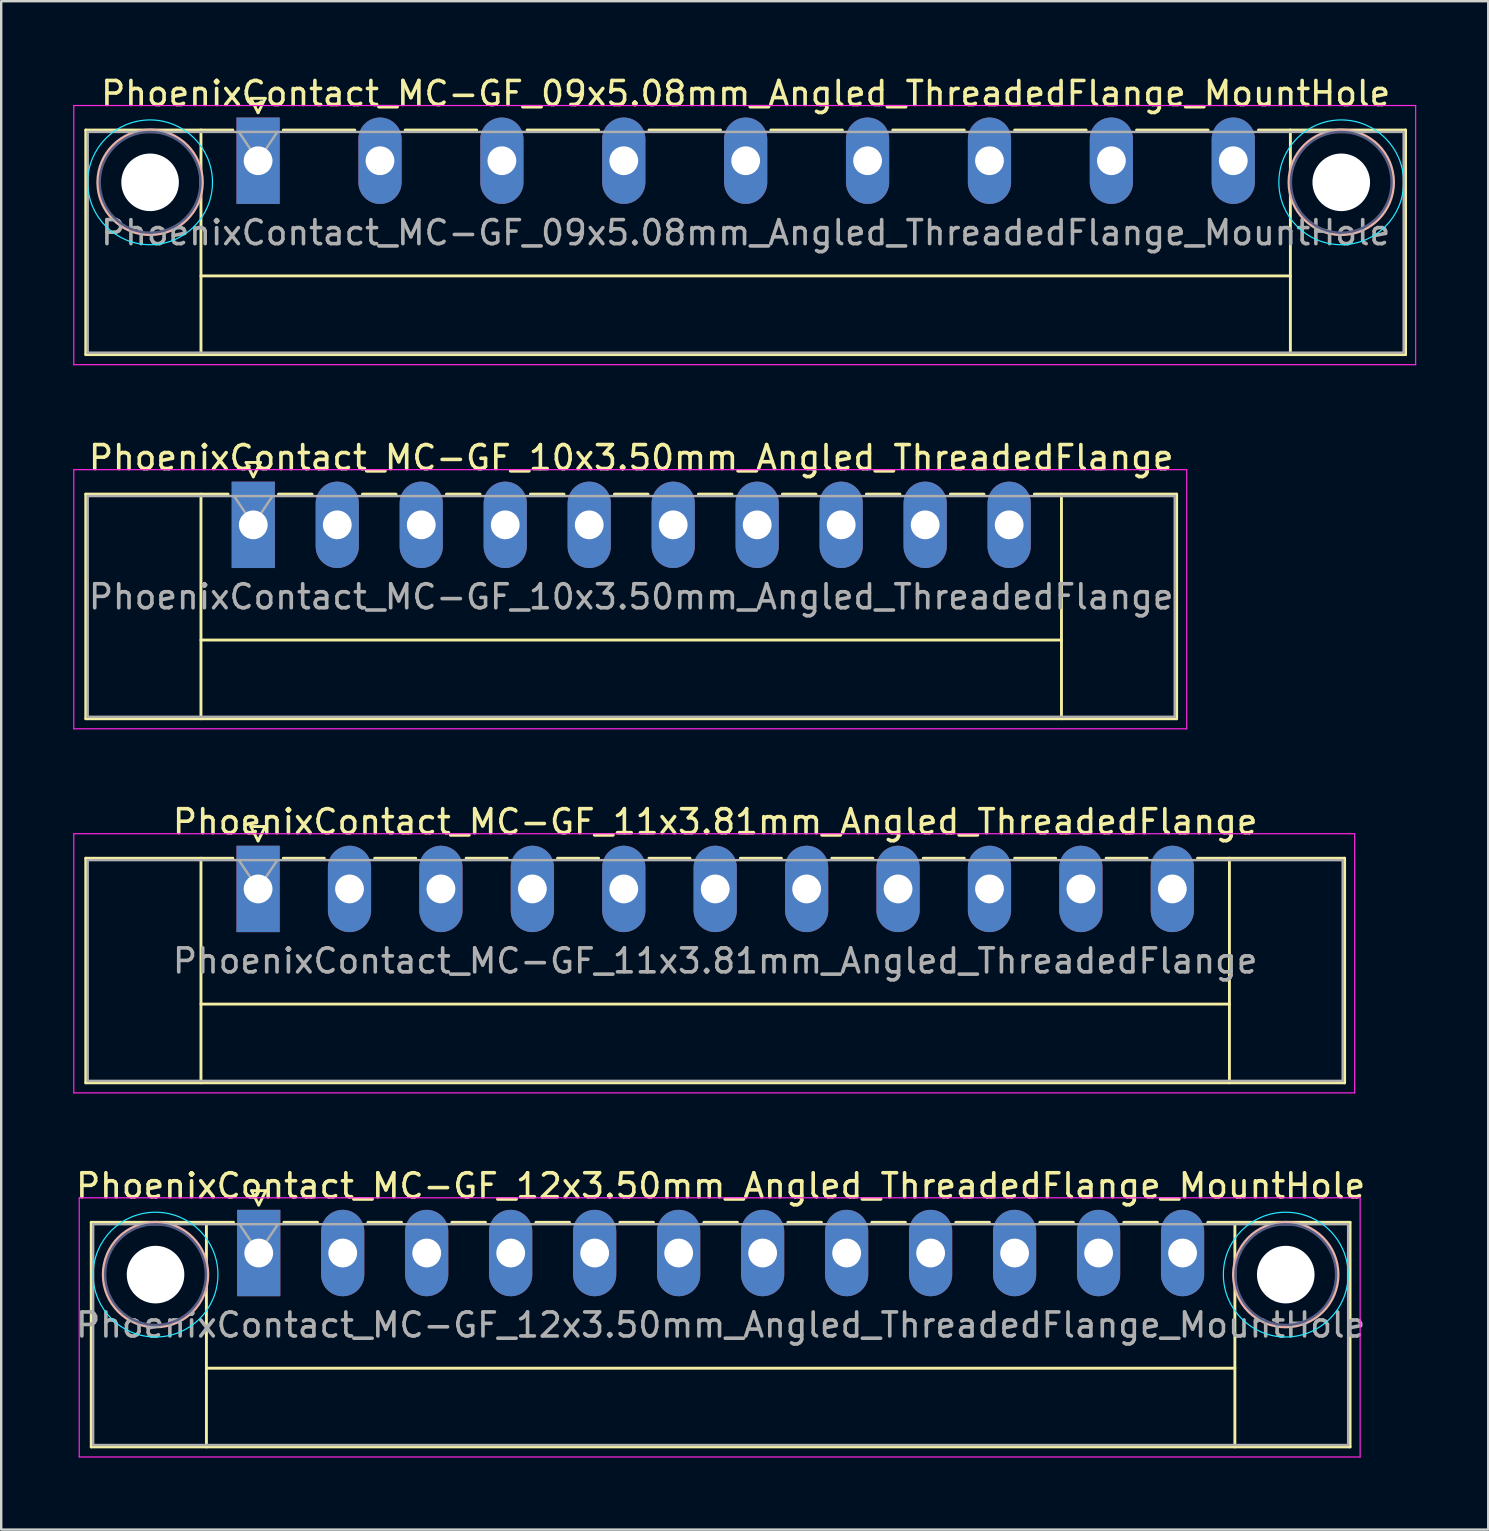
<source format=kicad_pcb>
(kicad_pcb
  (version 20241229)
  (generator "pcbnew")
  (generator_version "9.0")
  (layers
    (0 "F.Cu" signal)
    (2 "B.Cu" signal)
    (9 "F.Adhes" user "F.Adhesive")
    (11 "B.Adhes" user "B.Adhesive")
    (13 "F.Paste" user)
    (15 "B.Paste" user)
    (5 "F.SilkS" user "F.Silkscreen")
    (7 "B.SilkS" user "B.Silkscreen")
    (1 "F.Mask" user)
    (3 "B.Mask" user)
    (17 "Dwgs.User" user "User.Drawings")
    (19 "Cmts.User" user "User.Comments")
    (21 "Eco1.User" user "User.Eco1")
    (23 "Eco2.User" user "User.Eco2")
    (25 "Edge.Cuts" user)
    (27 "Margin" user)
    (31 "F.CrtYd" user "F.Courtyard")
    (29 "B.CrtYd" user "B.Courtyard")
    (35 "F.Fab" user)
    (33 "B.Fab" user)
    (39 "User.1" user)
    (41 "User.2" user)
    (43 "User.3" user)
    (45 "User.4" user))
  (footprint "PhoenixContact_MC-GF_12x3.50mm_Angled_ThreadedFlange_MountHole"
    (layer "F.Cu")
    (at 7.732 49.168)
    (property "Reference" "PhoenixContact_MC-GF_12x3.50mm_Angled_ThreadedFlange_MountHole" (at 19.25 -2.8 0) (layer "F.SilkS") (effects (font (size 1 1) (thickness 0.15))))
    (attr through_hole)
    (fp_line (start -6.98 -1.28) (end -6.98 8.08) (stroke (width 0.12) (type solid)) (layer "F.SilkS"))
    (fp_line (start -6.98 -1.28) (end -1.05 -1.28) (stroke (width 0.12) (type solid)) (layer "F.SilkS"))
    (fp_line (start -6.98 8.08) (end 45.48 8.08) (stroke (width 0.12) (type solid)) (layer "F.SilkS"))
    (fp_line (start -2.18 -1.28) (end -2.18 8.08) (stroke (width 0.12) (type solid)) (layer "F.SilkS"))
    (fp_line (start -2.18 4.8) (end 40.68 4.8) (stroke (width 0.12) (type solid)) (layer "F.SilkS"))
    (fp_line (start -0.3 -2.6) (end 0.3 -2.6) (stroke (width 0.12) (type solid)) (layer "F.SilkS"))
    (fp_line (start 0 -2) (end -0.3 -2.6) (stroke (width 0.12) (type solid)) (layer "F.SilkS"))
    (fp_line (start 0.3 -2.6) (end 0 -2) (stroke (width 0.12) (type solid)) (layer "F.SilkS"))
    (fp_line (start 1.05 -1.28) (end 2.45 -1.28) (stroke (width 0.12) (type solid)) (layer "F.SilkS"))
    (fp_line (start 4.55 -1.28) (end 5.95 -1.28) (stroke (width 0.12) (type solid)) (layer "F.SilkS"))
    (fp_line (start 8.05 -1.28) (end 9.45 -1.28) (stroke (width 0.12) (type solid)) (layer "F.SilkS"))
    (fp_line (start 11.55 -1.28) (end 12.95 -1.28) (stroke (width 0.12) (type solid)) (layer "F.SilkS"))
    (fp_line (start 15.05 -1.28) (end 16.45 -1.28) (stroke (width 0.12) (type solid)) (layer "F.SilkS"))
    (fp_line (start 18.55 -1.28) (end 19.95 -1.28) (stroke (width 0.12) (type solid)) (layer "F.SilkS"))
    (fp_line (start 22.05 -1.28) (end 23.45 -1.28) (stroke (width 0.12) (type solid)) (layer "F.SilkS"))
    (fp_line (start 25.55 -1.28) (end 26.95 -1.28) (stroke (width 0.12) (type solid)) (layer "F.SilkS"))
    (fp_line (start 29.05 -1.28) (end 30.45 -1.28) (stroke (width 0.12) (type solid)) (layer "F.SilkS"))
    (fp_line (start 32.55 -1.28) (end 33.95 -1.28) (stroke (width 0.12) (type solid)) (layer "F.SilkS"))
    (fp_line (start 36.05 -1.28) (end 37.45 -1.28) (stroke (width 0.12) (type solid)) (layer "F.SilkS"))
    (fp_line (start 40.68 -1.28) (end 40.68 8.08) (stroke (width 0.12) (type solid)) (layer "F.SilkS"))
    (fp_line (start 45.48 -1.28) (end 39.55 -1.28) (stroke (width 0.12) (type solid)) (layer "F.SilkS"))
    (fp_line (start 45.48 8.08) (end 45.48 -1.28) (stroke (width 0.12) (type solid)) (layer "F.SilkS"))
    (fp_circle (center -4.3 0.9) (end -2.12 0.9) (stroke (width 0.12) (type solid)) (fill no) (layer "B.SilkS"))
    (fp_circle (center 42.8 0.9) (end 44.98 0.9) (stroke (width 0.12) (type solid)) (fill no) (layer "B.SilkS"))
    (fp_circle (center -4.3 0.9) (end -1.7 0.9) (stroke (width 0.05) (type solid)) (fill no) (layer "B.CrtYd"))
    (fp_circle (center 42.8 0.9) (end 45.4 0.9) (stroke (width 0.05) (type solid)) (fill no) (layer "B.CrtYd"))
    (fp_line (start -7.48 -2.3) (end -7.48 8.5) (stroke (width 0.05) (type solid)) (layer "F.CrtYd"))
    (fp_line (start -7.48 8.5) (end 45.9 8.5) (stroke (width 0.05) (type solid)) (layer "F.CrtYd"))
    (fp_line (start 45.9 -2.3) (end -7.48 -2.3) (stroke (width 0.05) (type solid)) (layer "F.CrtYd"))
    (fp_line (start 45.9 8.5) (end 45.9 -2.3) (stroke (width 0.05) (type solid)) (layer "F.CrtYd"))
    (fp_circle (center -4.3 0.9) (end -2.2 0.9) (stroke (width 0.1) (type solid)) (fill no) (layer "B.Fab"))
    (fp_circle (center 42.8 0.9) (end 44.9 0.9) (stroke (width 0.1) (type solid)) (fill no) (layer "B.Fab"))
    (fp_line (start -6.9 -1.2) (end -6.9 8) (stroke (width 0.1) (type solid)) (layer "F.Fab"))
    (fp_line (start -6.9 8) (end 45.4 8) (stroke (width 0.1) (type solid)) (layer "F.Fab"))
    (fp_line (start 0 0) (end -0.8 -1.2) (stroke (width 0.1) (type solid)) (layer "F.Fab"))
    (fp_line (start 0.8 -1.2) (end 0 0) (stroke (width 0.1) (type solid)) (layer "F.Fab"))
    (fp_line (start 45.4 -1.2) (end -6.9 -1.2) (stroke (width 0.1) (type solid)) (layer "F.Fab"))
    (fp_line (start 45.4 8) (end 45.4 -1.2) (stroke (width 0.1) (type solid)) (layer "F.Fab"))
    (fp_text user "${REFERENCE}" (at 19.25 3 0) (layer "F.Fab") (effects (font (size 1 1) (thickness 0.15))))
    (pad "" np_thru_hole circle (at -4.3 0.9) (size 2.4 2.4) (drill 2.4) (layers "*.Cu" "*.Mask"))
    (pad "" np_thru_hole circle (at 42.8 0.9) (size 2.4 2.4) (drill 2.4) (layers "*.Cu" "*.Mask"))
    (pad "1" thru_hole rect (at 0 0) (size 1.8 3.6) (drill 1.2) (layers "*.Cu" "*.Mask"))
    (pad "2" thru_hole oval (at 3.5 0) (size 1.8 3.6) (drill 1.2) (layers "*.Cu" "*.Mask"))
    (pad "3" thru_hole oval (at 7 0) (size 1.8 3.6) (drill 1.2) (layers "*.Cu" "*.Mask"))
    (pad "4" thru_hole oval (at 10.5 0) (size 1.8 3.6) (drill 1.2) (layers "*.Cu" "*.Mask"))
    (pad "5" thru_hole oval (at 14 0) (size 1.8 3.6) (drill 1.2) (layers "*.Cu" "*.Mask"))
    (pad "6" thru_hole oval (at 17.5 0) (size 1.8 3.6) (drill 1.2) (layers "*.Cu" "*.Mask"))
    (pad "7" thru_hole oval (at 21 0) (size 1.8 3.6) (drill 1.2) (layers "*.Cu" "*.Mask"))
    (pad "8" thru_hole oval (at 24.5 0) (size 1.8 3.6) (drill 1.2) (layers "*.Cu" "*.Mask"))
    (pad "9" thru_hole oval (at 28 0) (size 1.8 3.6) (drill 1.2) (layers "*.Cu" "*.Mask"))
    (pad "10" thru_hole oval (at 31.5 0) (size 1.8 3.6) (drill 1.2) (layers "*.Cu" "*.Mask"))
    (pad "11" thru_hole oval (at 35 0) (size 1.8 3.6) (drill 1.2) (layers "*.Cu" "*.Mask"))
    (pad "12" thru_hole oval (at 38.5 0) (size 1.8 3.6) (drill 1.2) (layers "*.Cu" "*.Mask")))
  (footprint "PhoenixContact_MC-GF_11x3.81mm_Angled_ThreadedFlange"
    (layer "F.Cu")
    (at 7.705 33.995)
    (property "Reference" "PhoenixContact_MC-GF_11x3.81mm_Angled_ThreadedFlange" (at 19.05 -2.8 0) (layer "F.SilkS") (effects (font (size 1 1) (thickness 0.15))))
    (attr through_hole)
    (fp_line (start -7.18 -1.28) (end -7.18 8.08) (stroke (width 0.12) (type solid)) (layer "F.SilkS"))
    (fp_line (start -7.18 -1.28) (end -1.05 -1.28) (stroke (width 0.12) (type solid)) (layer "F.SilkS"))
    (fp_line (start -7.18 8.08) (end 45.28 8.08) (stroke (width 0.12) (type solid)) (layer "F.SilkS"))
    (fp_line (start -2.38 -1.28) (end -2.38 8.08) (stroke (width 0.12) (type solid)) (layer "F.SilkS"))
    (fp_line (start -2.38 4.8) (end 40.48 4.8) (stroke (width 0.12) (type solid)) (layer "F.SilkS"))
    (fp_line (start -0.3 -2.6) (end 0.3 -2.6) (stroke (width 0.12) (type solid)) (layer "F.SilkS"))
    (fp_line (start 0 -2) (end -0.3 -2.6) (stroke (width 0.12) (type solid)) (layer "F.SilkS"))
    (fp_line (start 0.3 -2.6) (end 0 -2) (stroke (width 0.12) (type solid)) (layer "F.SilkS"))
    (fp_line (start 1.05 -1.28) (end 2.76 -1.28) (stroke (width 0.12) (type solid)) (layer "F.SilkS"))
    (fp_line (start 4.86 -1.28) (end 6.57 -1.28) (stroke (width 0.12) (type solid)) (layer "F.SilkS"))
    (fp_line (start 8.67 -1.28) (end 10.38 -1.28) (stroke (width 0.12) (type solid)) (layer "F.SilkS"))
    (fp_line (start 12.48 -1.28) (end 14.19 -1.28) (stroke (width 0.12) (type solid)) (layer "F.SilkS"))
    (fp_line (start 16.29 -1.28) (end 18 -1.28) (stroke (width 0.12) (type solid)) (layer "F.SilkS"))
    (fp_line (start 20.1 -1.28) (end 21.81 -1.28) (stroke (width 0.12) (type solid)) (layer "F.SilkS"))
    (fp_line (start 23.91 -1.28) (end 25.62 -1.28) (stroke (width 0.12) (type solid)) (layer "F.SilkS"))
    (fp_line (start 27.72 -1.28) (end 29.43 -1.28) (stroke (width 0.12) (type solid)) (layer "F.SilkS"))
    (fp_line (start 31.53 -1.28) (end 33.24 -1.28) (stroke (width 0.12) (type solid)) (layer "F.SilkS"))
    (fp_line (start 35.34 -1.28) (end 37.05 -1.28) (stroke (width 0.12) (type solid)) (layer "F.SilkS"))
    (fp_line (start 40.48 -1.28) (end 40.48 8.08) (stroke (width 0.12) (type solid)) (layer "F.SilkS"))
    (fp_line (start 45.28 -1.28) (end 39.15 -1.28) (stroke (width 0.12) (type solid)) (layer "F.SilkS"))
    (fp_line (start 45.28 8.08) (end 45.28 -1.28) (stroke (width 0.12) (type solid)) (layer "F.SilkS"))
    (fp_line (start -7.68 -2.3) (end -7.68 8.5) (stroke (width 0.05) (type solid)) (layer "F.CrtYd"))
    (fp_line (start -7.68 8.5) (end 45.7 8.5) (stroke (width 0.05) (type solid)) (layer "F.CrtYd"))
    (fp_line (start 45.7 -2.3) (end -7.68 -2.3) (stroke (width 0.05) (type solid)) (layer "F.CrtYd"))
    (fp_line (start 45.7 8.5) (end 45.7 -2.3) (stroke (width 0.05) (type solid)) (layer "F.CrtYd"))
    (fp_line (start -7.1 -1.2) (end -7.1 8) (stroke (width 0.1) (type solid)) (layer "F.Fab"))
    (fp_line (start -7.1 8) (end 45.2 8) (stroke (width 0.1) (type solid)) (layer "F.Fab"))
    (fp_line (start 0 0) (end -0.8 -1.2) (stroke (width 0.1) (type solid)) (layer "F.Fab"))
    (fp_line (start 0.8 -1.2) (end 0 0) (stroke (width 0.1) (type solid)) (layer "F.Fab"))
    (fp_line (start 45.2 -1.2) (end -7.1 -1.2) (stroke (width 0.1) (type solid)) (layer "F.Fab"))
    (fp_line (start 45.2 8) (end 45.2 -1.2) (stroke (width 0.1) (type solid)) (layer "F.Fab"))
    (fp_text user "${REFERENCE}" (at 19.05 3 0) (layer "F.Fab") (effects (font (size 1 1) (thickness 0.15))))
    (pad "1" thru_hole rect (at 0 0) (size 1.8 3.6) (drill 1.2) (layers "*.Cu" "*.Mask"))
    (pad "2" thru_hole oval (at 3.81 0) (size 1.8 3.6) (drill 1.2) (layers "*.Cu" "*.Mask"))
    (pad "3" thru_hole oval (at 7.62 0) (size 1.8 3.6) (drill 1.2) (layers "*.Cu" "*.Mask"))
    (pad "4" thru_hole oval (at 11.43 0) (size 1.8 3.6) (drill 1.2) (layers "*.Cu" "*.Mask"))
    (pad "5" thru_hole oval (at 15.24 0) (size 1.8 3.6) (drill 1.2) (layers "*.Cu" "*.Mask"))
    (pad "6" thru_hole oval (at 19.05 0) (size 1.8 3.6) (drill 1.2) (layers "*.Cu" "*.Mask"))
    (pad "7" thru_hole oval (at 22.86 0) (size 1.8 3.6) (drill 1.2) (layers "*.Cu" "*.Mask"))
    (pad "8" thru_hole oval (at 26.67 0) (size 1.8 3.6) (drill 1.2) (layers "*.Cu" "*.Mask"))
    (pad "9" thru_hole oval (at 30.48 0) (size 1.8 3.6) (drill 1.2) (layers "*.Cu" "*.Mask"))
    (pad "10" thru_hole oval (at 34.29 0) (size 1.8 3.6) (drill 1.2) (layers "*.Cu" "*.Mask"))
    (pad "11" thru_hole oval (at 38.1 0) (size 1.8 3.6) (drill 1.2) (layers "*.Cu" "*.Mask")))
  (footprint "PhoenixContact_MC-GF_10x3.50mm_Angled_ThreadedFlange"
    (layer "F.Cu")
    (at 7.505 18.822)
    (property "Reference" "PhoenixContact_MC-GF_10x3.50mm_Angled_ThreadedFlange" (at 15.75 -2.8 0) (layer "F.SilkS") (effects (font (size 1 1) (thickness 0.15))))
    (attr through_hole)
    (fp_line (start -6.98 -1.28) (end -6.98 8.08) (stroke (width 0.12) (type solid)) (layer "F.SilkS"))
    (fp_line (start -6.98 -1.28) (end -1.05 -1.28) (stroke (width 0.12) (type solid)) (layer "F.SilkS"))
    (fp_line (start -6.98 8.08) (end 38.48 8.08) (stroke (width 0.12) (type solid)) (layer "F.SilkS"))
    (fp_line (start -2.18 -1.28) (end -2.18 8.08) (stroke (width 0.12) (type solid)) (layer "F.SilkS"))
    (fp_line (start -2.18 4.8) (end 33.68 4.8) (stroke (width 0.12) (type solid)) (layer "F.SilkS"))
    (fp_line (start -0.3 -2.6) (end 0.3 -2.6) (stroke (width 0.12) (type solid)) (layer "F.SilkS"))
    (fp_line (start 0 -2) (end -0.3 -2.6) (stroke (width 0.12) (type solid)) (layer "F.SilkS"))
    (fp_line (start 0.3 -2.6) (end 0 -2) (stroke (width 0.12) (type solid)) (layer "F.SilkS"))
    (fp_line (start 1.05 -1.28) (end 2.45 -1.28) (stroke (width 0.12) (type solid)) (layer "F.SilkS"))
    (fp_line (start 4.55 -1.28) (end 5.95 -1.28) (stroke (width 0.12) (type solid)) (layer "F.SilkS"))
    (fp_line (start 8.05 -1.28) (end 9.45 -1.28) (stroke (width 0.12) (type solid)) (layer "F.SilkS"))
    (fp_line (start 11.55 -1.28) (end 12.95 -1.28) (stroke (width 0.12) (type solid)) (layer "F.SilkS"))
    (fp_line (start 15.05 -1.28) (end 16.45 -1.28) (stroke (width 0.12) (type solid)) (layer "F.SilkS"))
    (fp_line (start 18.55 -1.28) (end 19.95 -1.28) (stroke (width 0.12) (type solid)) (layer "F.SilkS"))
    (fp_line (start 22.05 -1.28) (end 23.45 -1.28) (stroke (width 0.12) (type solid)) (layer "F.SilkS"))
    (fp_line (start 25.55 -1.28) (end 26.95 -1.28) (stroke (width 0.12) (type solid)) (layer "F.SilkS"))
    (fp_line (start 29.05 -1.28) (end 30.45 -1.28) (stroke (width 0.12) (type solid)) (layer "F.SilkS"))
    (fp_line (start 33.68 -1.28) (end 33.68 8.08) (stroke (width 0.12) (type solid)) (layer "F.SilkS"))
    (fp_line (start 38.48 -1.28) (end 32.55 -1.28) (stroke (width 0.12) (type solid)) (layer "F.SilkS"))
    (fp_line (start 38.48 8.08) (end 38.48 -1.28) (stroke (width 0.12) (type solid)) (layer "F.SilkS"))
    (fp_line (start -7.48 -2.3) (end -7.48 8.5) (stroke (width 0.05) (type solid)) (layer "F.CrtYd"))
    (fp_line (start -7.48 8.5) (end 38.9 8.5) (stroke (width 0.05) (type solid)) (layer "F.CrtYd"))
    (fp_line (start 38.9 -2.3) (end -7.48 -2.3) (stroke (width 0.05) (type solid)) (layer "F.CrtYd"))
    (fp_line (start 38.9 8.5) (end 38.9 -2.3) (stroke (width 0.05) (type solid)) (layer "F.CrtYd"))
    (fp_line (start -6.9 -1.2) (end -6.9 8) (stroke (width 0.1) (type solid)) (layer "F.Fab"))
    (fp_line (start -6.9 8) (end 38.4 8) (stroke (width 0.1) (type solid)) (layer "F.Fab"))
    (fp_line (start 0 0) (end -0.8 -1.2) (stroke (width 0.1) (type solid)) (layer "F.Fab"))
    (fp_line (start 0.8 -1.2) (end 0 0) (stroke (width 0.1) (type solid)) (layer "F.Fab"))
    (fp_line (start 38.4 -1.2) (end -6.9 -1.2) (stroke (width 0.1) (type solid)) (layer "F.Fab"))
    (fp_line (start 38.4 8) (end 38.4 -1.2) (stroke (width 0.1) (type solid)) (layer "F.Fab"))
    (fp_text user "${REFERENCE}" (at 15.75 3 0) (layer "F.Fab") (effects (font (size 1 1) (thickness 0.15))))
    (pad "1" thru_hole rect (at 0 0) (size 1.8 3.6) (drill 1.2) (layers "*.Cu" "*.Mask"))
    (pad "2" thru_hole oval (at 3.5 0) (size 1.8 3.6) (drill 1.2) (layers "*.Cu" "*.Mask"))
    (pad "3" thru_hole oval (at 7 0) (size 1.8 3.6) (drill 1.2) (layers "*.Cu" "*.Mask"))
    (pad "4" thru_hole oval (at 10.5 0) (size 1.8 3.6) (drill 1.2) (layers "*.Cu" "*.Mask"))
    (pad "5" thru_hole oval (at 14 0) (size 1.8 3.6) (drill 1.2) (layers "*.Cu" "*.Mask"))
    (pad "6" thru_hole oval (at 17.5 0) (size 1.8 3.6) (drill 1.2) (layers "*.Cu" "*.Mask"))
    (pad "7" thru_hole oval (at 21 0) (size 1.8 3.6) (drill 1.2) (layers "*.Cu" "*.Mask"))
    (pad "8" thru_hole oval (at 24.5 0) (size 1.8 3.6) (drill 1.2) (layers "*.Cu" "*.Mask"))
    (pad "9" thru_hole oval (at 28 0) (size 1.8 3.6) (drill 1.2) (layers "*.Cu" "*.Mask"))
    (pad "10" thru_hole oval (at 31.5 0) (size 1.8 3.6) (drill 1.2) (layers "*.Cu" "*.Mask")))
  (footprint "PhoenixContact_MC-GF_09x5.08mm_Angled_ThreadedFlange_MountHole"
    (layer "F.Cu")
    (at 7.705 3.648)
    (property "Reference" "PhoenixContact_MC-GF_09x5.08mm_Angled_ThreadedFlange_MountHole" (at 20.32 -2.8 0) (layer "F.SilkS") (effects (font (size 1 1) (thickness 0.15))))
    (attr through_hole)
    (fp_line (start -7.18 -1.28) (end -7.18 8.08) (stroke (width 0.12) (type solid)) (layer "F.SilkS"))
    (fp_line (start -7.18 -1.28) (end -1.05 -1.28) (stroke (width 0.12) (type solid)) (layer "F.SilkS"))
    (fp_line (start -7.18 8.08) (end 47.82 8.08) (stroke (width 0.12) (type solid)) (layer "F.SilkS"))
    (fp_line (start -2.38 -1.28) (end -2.38 8.08) (stroke (width 0.12) (type solid)) (layer "F.SilkS"))
    (fp_line (start -2.38 4.8) (end 43.02 4.8) (stroke (width 0.12) (type solid)) (layer "F.SilkS"))
    (fp_line (start -0.3 -2.6) (end 0.3 -2.6) (stroke (width 0.12) (type solid)) (layer "F.SilkS"))
    (fp_line (start 0 -2) (end -0.3 -2.6) (stroke (width 0.12) (type solid)) (layer "F.SilkS"))
    (fp_line (start 0.3 -2.6) (end 0 -2) (stroke (width 0.12) (type solid)) (layer "F.SilkS"))
    (fp_line (start 1.05 -1.28) (end 4.03 -1.28) (stroke (width 0.12) (type solid)) (layer "F.SilkS"))
    (fp_line (start 6.13 -1.28) (end 9.11 -1.28) (stroke (width 0.12) (type solid)) (layer "F.SilkS"))
    (fp_line (start 11.21 -1.28) (end 14.19 -1.28) (stroke (width 0.12) (type solid)) (layer "F.SilkS"))
    (fp_line (start 16.29 -1.28) (end 19.27 -1.28) (stroke (width 0.12) (type solid)) (layer "F.SilkS"))
    (fp_line (start 21.37 -1.28) (end 24.35 -1.28) (stroke (width 0.12) (type solid)) (layer "F.SilkS"))
    (fp_line (start 26.45 -1.28) (end 29.43 -1.28) (stroke (width 0.12) (type solid)) (layer "F.SilkS"))
    (fp_line (start 31.53 -1.28) (end 34.51 -1.28) (stroke (width 0.12) (type solid)) (layer "F.SilkS"))
    (fp_line (start 36.61 -1.28) (end 39.59 -1.28) (stroke (width 0.12) (type solid)) (layer "F.SilkS"))
    (fp_line (start 43.02 -1.28) (end 43.02 8.08) (stroke (width 0.12) (type solid)) (layer "F.SilkS"))
    (fp_line (start 47.82 -1.28) (end 41.69 -1.28) (stroke (width 0.12) (type solid)) (layer "F.SilkS"))
    (fp_line (start 47.82 8.08) (end 47.82 -1.28) (stroke (width 0.12) (type solid)) (layer "F.SilkS"))
    (fp_circle (center -4.5 0.9) (end -2.32 0.9) (stroke (width 0.12) (type solid)) (fill no) (layer "B.SilkS"))
    (fp_circle (center 45.14 0.9) (end 47.32 0.9) (stroke (width 0.12) (type solid)) (fill no) (layer "B.SilkS"))
    (fp_circle (center -4.5 0.9) (end -1.9 0.9) (stroke (width 0.05) (type solid)) (fill no) (layer "B.CrtYd"))
    (fp_circle (center 45.14 0.9) (end 47.74 0.9) (stroke (width 0.05) (type solid)) (fill no) (layer "B.CrtYd"))
    (fp_line (start -7.68 -2.3) (end -7.68 8.5) (stroke (width 0.05) (type solid)) (layer "F.CrtYd"))
    (fp_line (start -7.68 8.5) (end 48.24 8.5) (stroke (width 0.05) (type solid)) (layer "F.CrtYd"))
    (fp_line (start 48.24 -2.3) (end -7.68 -2.3) (stroke (width 0.05) (type solid)) (layer "F.CrtYd"))
    (fp_line (start 48.24 8.5) (end 48.24 -2.3) (stroke (width 0.05) (type solid)) (layer "F.CrtYd"))
    (fp_circle (center -4.5 0.9) (end -2.4 0.9) (stroke (width 0.1) (type solid)) (fill no) (layer "B.Fab"))
    (fp_circle (center 45.14 0.9) (end 47.24 0.9) (stroke (width 0.1) (type solid)) (fill no) (layer "B.Fab"))
    (fp_line (start -7.1 -1.2) (end -7.1 8) (stroke (width 0.1) (type solid)) (layer "F.Fab"))
    (fp_line (start -7.1 8) (end 47.74 8) (stroke (width 0.1) (type solid)) (layer "F.Fab"))
    (fp_line (start 0 0) (end -0.8 -1.2) (stroke (width 0.1) (type solid)) (layer "F.Fab"))
    (fp_line (start 0.8 -1.2) (end 0 0) (stroke (width 0.1) (type solid)) (layer "F.Fab"))
    (fp_line (start 47.74 -1.2) (end -7.1 -1.2) (stroke (width 0.1) (type solid)) (layer "F.Fab"))
    (fp_line (start 47.74 8) (end 47.74 -1.2) (stroke (width 0.1) (type solid)) (layer "F.Fab"))
    (fp_text user "${REFERENCE}" (at 20.32 3 0) (layer "F.Fab") (effects (font (size 1 1) (thickness 0.15))))
    (pad "" np_thru_hole circle (at -4.5 0.9) (size 2.4 2.4) (drill 2.4) (layers "*.Cu" "*.Mask"))
    (pad "" np_thru_hole circle (at 45.14 0.9) (size 2.4 2.4) (drill 2.4) (layers "*.Cu" "*.Mask"))
    (pad "1" thru_hole rect (at 0 0) (size 1.8 3.6) (drill 1.2) (layers "*.Cu" "*.Mask"))
    (pad "2" thru_hole oval (at 5.08 0) (size 1.8 3.6) (drill 1.2) (layers "*.Cu" "*.Mask"))
    (pad "3" thru_hole oval (at 10.16 0) (size 1.8 3.6) (drill 1.2) (layers "*.Cu" "*.Mask"))
    (pad "4" thru_hole oval (at 15.24 0) (size 1.8 3.6) (drill 1.2) (layers "*.Cu" "*.Mask"))
    (pad "5" thru_hole oval (at 20.32 0) (size 1.8 3.6) (drill 1.2) (layers "*.Cu" "*.Mask"))
    (pad "6" thru_hole oval (at 25.4 0) (size 1.8 3.6) (drill 1.2) (layers "*.Cu" "*.Mask"))
    (pad "7" thru_hole oval (at 30.48 0) (size 1.8 3.6) (drill 1.2) (layers "*.Cu" "*.Mask"))
    (pad "8" thru_hole oval (at 35.56 0) (size 1.8 3.6) (drill 1.2) (layers "*.Cu" "*.Mask"))
    (pad "9" thru_hole oval (at 40.64 0) (size 1.8 3.6) (drill 1.2) (layers "*.Cu" "*.Mask")))
  (gr_rect
    (start -3 -3)
    (end 58.97 60.693)
    (stroke (width 0.1) (type default))
    (fill no)
    (layer "Edge.Cuts")))
</source>
